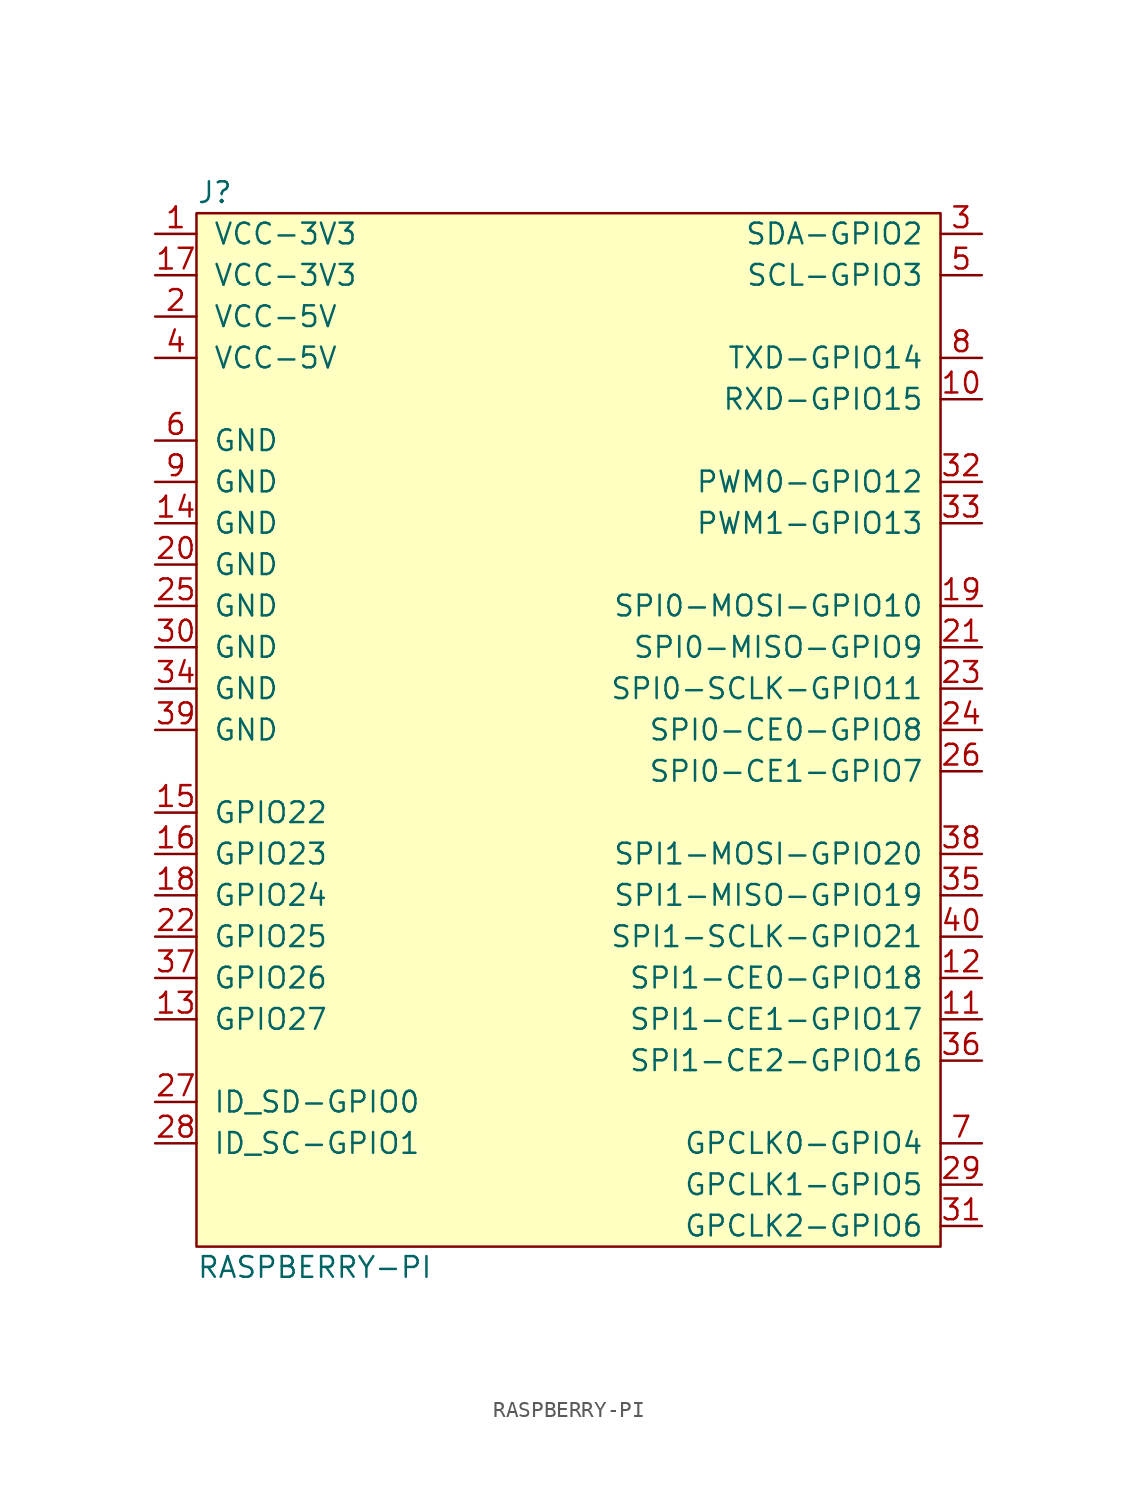
<source format=kicad_sym>
(kicad_symbol_lib
  (version 20211014)
  (generator agg_kicad.build_lib_ic)
  (symbol "RASPBERRY-PI"
    (pin_names
      (offset 1.016))
    (property Reference J
      (at -22.86 33.02 0)
      (effects (font (size 1.27 1.27)) (justify left)))
    (property Value "RASPBERRY-PI"
      (at -22.86 -33.02 0)
      (effects (font (size 1.27 1.27)) (justify left)))
    (symbol "RASPBERRY-PI_0_0"
      (rectangle (start -22.86 31.75) (end 22.86 -31.75) (stroke (width 0) (type default) (color 0 0 0 0)) (fill (type background)))
      (pin power_out line (at -25.4 30.48 0) (length 2.54) (name "VCC-3V3" (effects (font (size 1.27 1.27)))) (number "1" (effects (font (size 1.27 1.27)))))
      (pin passive line (at -25.4 27.94 0) (length 2.54) (name "VCC-3V3" (effects (font (size 1.27 1.27)))) (number "17" (effects (font (size 1.27 1.27)))))
      (pin power_in line (at -25.4 25.4 0) (length 2.54) (name "VCC-5V" (effects (font (size 1.27 1.27)))) (number "2" (effects (font (size 1.27 1.27)))))
      (pin power_in line (at -25.4 22.86 0) (length 2.54) (name "VCC-5V" (effects (font (size 1.27 1.27)))) (number "4" (effects (font (size 1.27 1.27)))))
      (pin power_in line (at -25.4 17.78 0) (length 2.54) (name GND (effects (font (size 1.27 1.27)))) (number "6" (effects (font (size 1.27 1.27)))))
      (pin power_in line (at -25.4 15.24 0) (length 2.54) (name GND (effects (font (size 1.27 1.27)))) (number "9" (effects (font (size 1.27 1.27)))))
      (pin power_in line (at -25.4 12.7 0) (length 2.54) (name GND (effects (font (size 1.27 1.27)))) (number "14" (effects (font (size 1.27 1.27)))))
      (pin power_in line (at -25.4 10.16 0) (length 2.54) (name GND (effects (font (size 1.27 1.27)))) (number "20" (effects (font (size 1.27 1.27)))))
      (pin power_in line (at -25.4 7.62 0) (length 2.54) (name GND (effects (font (size 1.27 1.27)))) (number "25" (effects (font (size 1.27 1.27)))))
      (pin power_in line (at -25.4 5.08 0) (length 2.54) (name GND (effects (font (size 1.27 1.27)))) (number "30" (effects (font (size 1.27 1.27)))))
      (pin power_in line (at -25.4 2.54 0) (length 2.54) (name GND (effects (font (size 1.27 1.27)))) (number "34" (effects (font (size 1.27 1.27)))))
      (pin power_in line (at -25.4 0 0) (length 2.54) (name GND (effects (font (size 1.27 1.27)))) (number "39" (effects (font (size 1.27 1.27)))))
      (pin bidirectional line (at -25.4 -5.08 0) (length 2.54) (name "GPIO22" (effects (font (size 1.27 1.27)))) (number "15" (effects (font (size 1.27 1.27)))))
      (pin bidirectional line (at -25.4 -7.62 0) (length 2.54) (name "GPIO23" (effects (font (size 1.27 1.27)))) (number "16" (effects (font (size 1.27 1.27)))))
      (pin bidirectional line (at -25.4 -10.16 0) (length 2.54) (name "GPIO24" (effects (font (size 1.27 1.27)))) (number "18" (effects (font (size 1.27 1.27)))))
      (pin bidirectional line (at -25.4 -12.7 0) (length 2.54) (name "GPIO25" (effects (font (size 1.27 1.27)))) (number "22" (effects (font (size 1.27 1.27)))))
      (pin bidirectional line (at -25.4 -15.24 0) (length 2.54) (name "GPIO26" (effects (font (size 1.27 1.27)))) (number "37" (effects (font (size 1.27 1.27)))))
      (pin bidirectional line (at -25.4 -17.78 0) (length 2.54) (name "GPIO27" (effects (font (size 1.27 1.27)))) (number "13" (effects (font (size 1.27 1.27)))))
      (pin bidirectional line (at -25.4 -22.86 0) (length 2.54) (name "ID_SD-GPIO0" (effects (font (size 1.27 1.27)))) (number "27" (effects (font (size 1.27 1.27)))))
      (pin bidirectional line (at -25.4 -25.4 0) (length 2.54) (name "ID_SC-GPIO1" (effects (font (size 1.27 1.27)))) (number "28" (effects (font (size 1.27 1.27)))))
      (pin bidirectional line (at 25.4 30.48 180) (length 2.54) (name "SDA-GPIO2" (effects (font (size 1.27 1.27)))) (number "3" (effects (font (size 1.27 1.27)))))
      (pin bidirectional line (at 25.4 27.94 180) (length 2.54) (name "SCL-GPIO3" (effects (font (size 1.27 1.27)))) (number "5" (effects (font (size 1.27 1.27)))))
      (pin bidirectional line (at 25.4 22.86 180) (length 2.54) (name "TXD-GPIO14" (effects (font (size 1.27 1.27)))) (number "8" (effects (font (size 1.27 1.27)))))
      (pin bidirectional line (at 25.4 20.32 180) (length 2.54) (name "RXD-GPIO15" (effects (font (size 1.27 1.27)))) (number "10" (effects (font (size 1.27 1.27)))))
      (pin bidirectional line (at 25.4 15.24 180) (length 2.54) (name "PWM0-GPIO12" (effects (font (size 1.27 1.27)))) (number "32" (effects (font (size 1.27 1.27)))))
      (pin bidirectional line (at 25.4 12.7 180) (length 2.54) (name "PWM1-GPIO13" (effects (font (size 1.27 1.27)))) (number "33" (effects (font (size 1.27 1.27)))))
      (pin bidirectional line (at 25.4 7.62 180) (length 2.54) (name "SPI0-MOSI-GPIO10" (effects (font (size 1.27 1.27)))) (number "19" (effects (font (size 1.27 1.27)))))
      (pin bidirectional line (at 25.4 5.08 180) (length 2.54) (name "SPI0-MISO-GPIO9" (effects (font (size 1.27 1.27)))) (number "21" (effects (font (size 1.27 1.27)))))
      (pin bidirectional line (at 25.4 2.54 180) (length 2.54) (name "SPI0-SCLK-GPIO11" (effects (font (size 1.27 1.27)))) (number "23" (effects (font (size 1.27 1.27)))))
      (pin bidirectional line (at 25.4 0 180) (length 2.54) (name "SPI0-CE0-GPIO8" (effects (font (size 1.27 1.27)))) (number "24" (effects (font (size 1.27 1.27)))))
      (pin bidirectional line (at 25.4 -2.54 180) (length 2.54) (name "SPI0-CE1-GPIO7" (effects (font (size 1.27 1.27)))) (number "26" (effects (font (size 1.27 1.27)))))
      (pin bidirectional line (at 25.4 -7.62 180) (length 2.54) (name "SPI1-MOSI-GPIO20" (effects (font (size 1.27 1.27)))) (number "38" (effects (font (size 1.27 1.27)))))
      (pin bidirectional line (at 25.4 -10.16 180) (length 2.54) (name "SPI1-MISO-GPIO19" (effects (font (size 1.27 1.27)))) (number "35" (effects (font (size 1.27 1.27)))))
      (pin bidirectional line (at 25.4 -12.7 180) (length 2.54) (name "SPI1-SCLK-GPIO21" (effects (font (size 1.27 1.27)))) (number "40" (effects (font (size 1.27 1.27)))))
      (pin bidirectional line (at 25.4 -15.24 180) (length 2.54) (name "SPI1-CE0-GPIO18" (effects (font (size 1.27 1.27)))) (number "12" (effects (font (size 1.27 1.27)))))
      (pin bidirectional line (at 25.4 -17.78 180) (length 2.54) (name "SPI1-CE1-GPIO17" (effects (font (size 1.27 1.27)))) (number "11" (effects (font (size 1.27 1.27)))))
      (pin bidirectional line (at 25.4 -20.32 180) (length 2.54) (name "SPI1-CE2-GPIO16" (effects (font (size 1.27 1.27)))) (number "36" (effects (font (size 1.27 1.27)))))
      (pin bidirectional line (at 25.4 -25.4 180) (length 2.54) (name "GPCLK0-GPIO4" (effects (font (size 1.27 1.27)))) (number "7" (effects (font (size 1.27 1.27)))))
      (pin bidirectional line (at 25.4 -27.94 180) (length 2.54) (name "GPCLK1-GPIO5" (effects (font (size 1.27 1.27)))) (number "29" (effects (font (size 1.27 1.27)))))
      (pin bidirectional line (at 25.4 -30.48 180) (length 2.54) (name "GPCLK2-GPIO6" (effects (font (size 1.27 1.27)))) (number "31" (effects (font (size 1.27 1.27))))))))
</source>
